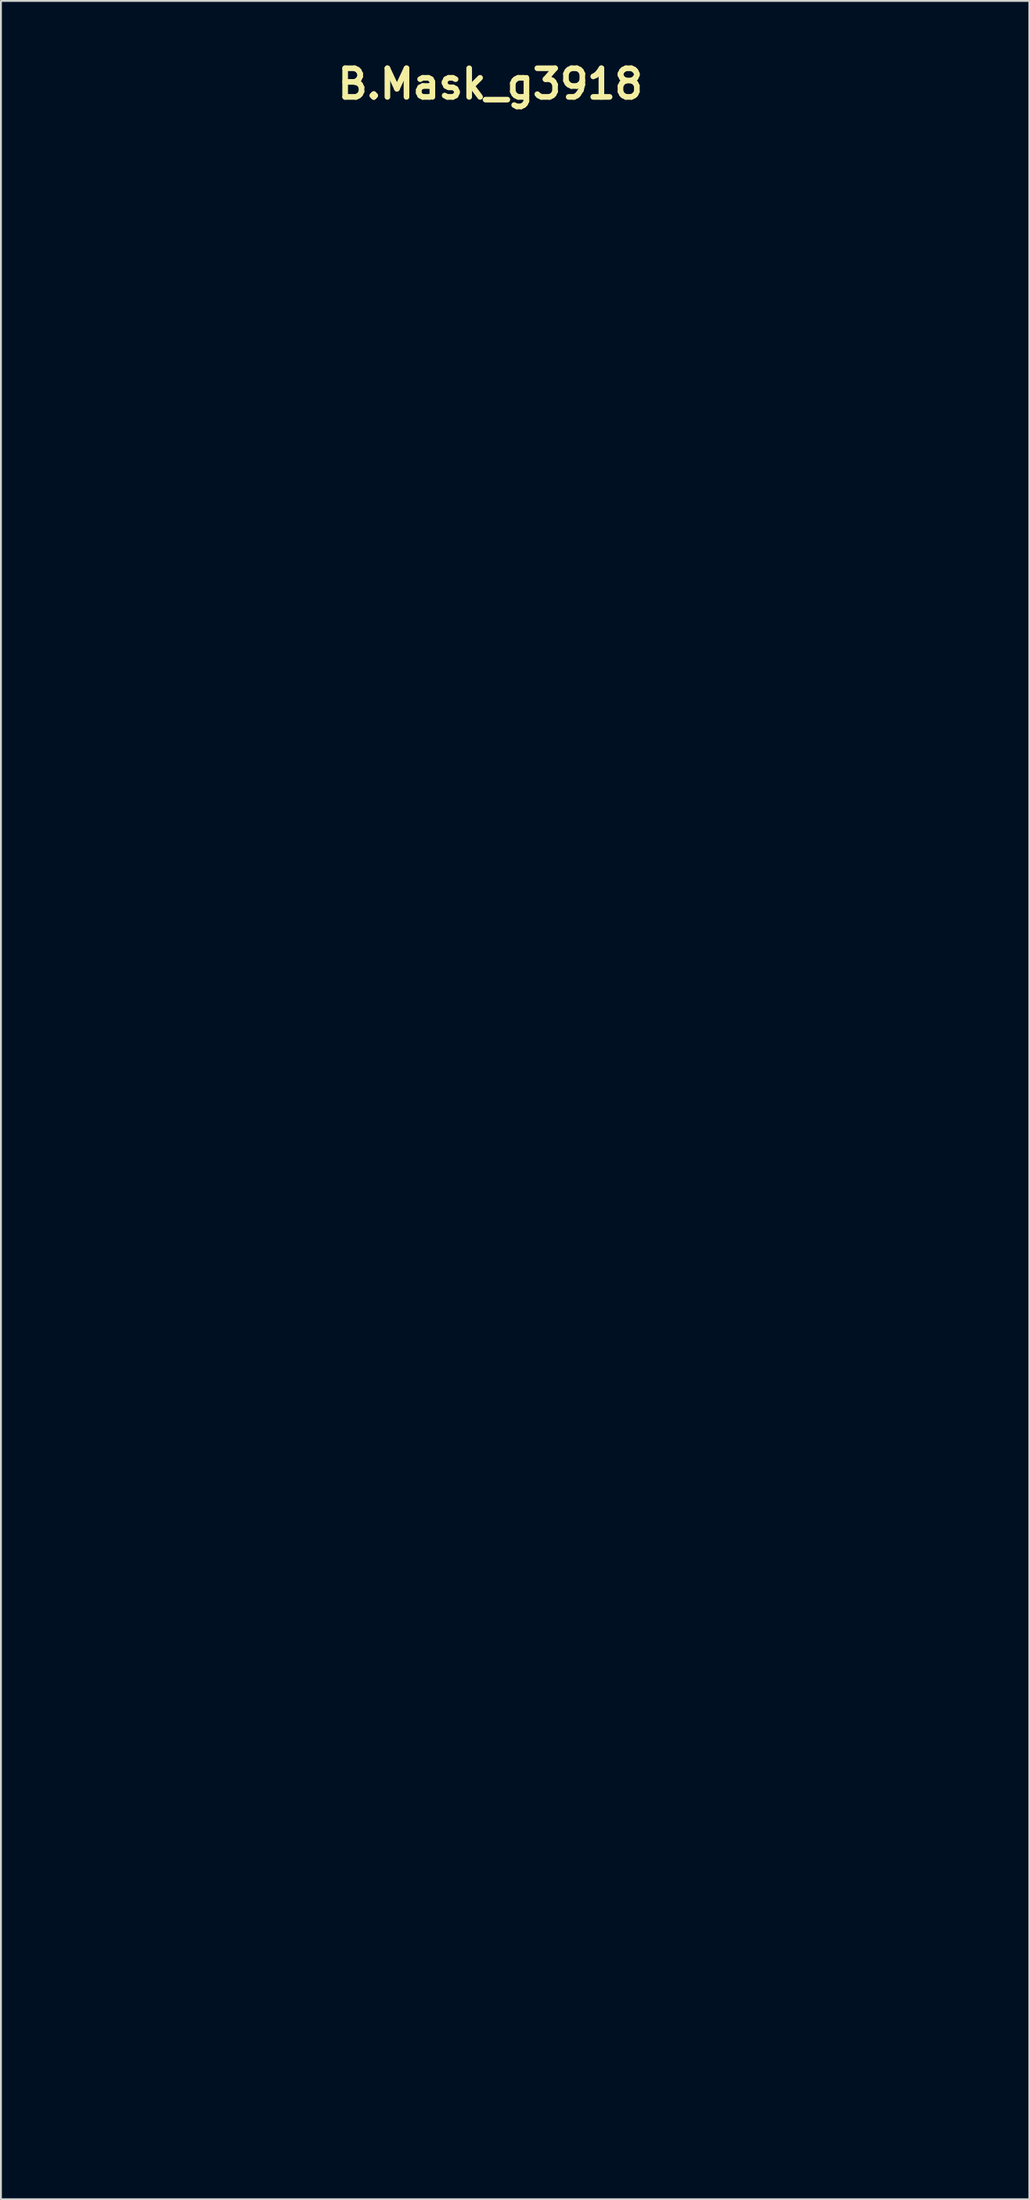
<source format=kicad_pcb>
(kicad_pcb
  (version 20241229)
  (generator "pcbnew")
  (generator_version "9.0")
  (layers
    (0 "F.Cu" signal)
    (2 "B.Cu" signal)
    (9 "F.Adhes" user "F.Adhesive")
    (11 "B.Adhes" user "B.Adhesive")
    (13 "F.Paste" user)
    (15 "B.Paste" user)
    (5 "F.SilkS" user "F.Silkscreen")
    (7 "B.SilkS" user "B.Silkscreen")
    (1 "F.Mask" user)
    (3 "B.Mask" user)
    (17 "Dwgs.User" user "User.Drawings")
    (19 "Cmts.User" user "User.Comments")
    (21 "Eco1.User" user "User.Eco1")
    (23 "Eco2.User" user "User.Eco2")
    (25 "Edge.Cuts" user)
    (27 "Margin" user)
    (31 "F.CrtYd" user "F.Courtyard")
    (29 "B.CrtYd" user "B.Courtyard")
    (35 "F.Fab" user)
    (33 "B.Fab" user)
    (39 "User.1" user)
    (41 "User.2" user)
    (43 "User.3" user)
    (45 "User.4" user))
  (footprint "B.Mask_g3918"
    (layer "F.Cu")
    (at 23.055 1.418)
    (property "Reference" "B.Mask_g3918" (at 0 0 0) (layer "F.SilkS") (effects (font (size 1.524 1.524) (thickness 0.3))))
    (attr through_hole)
    (fp_poly (pts (xy 18.23 91.558) (xy 18.284 91.57) (xy 18.364 91.59) (xy 18.462 91.615) (xy 18.489 91.622) (xy 18.944 91.747) (xy 19.41 91.884) (xy 19.881 92.029) (xy 20.348 92.181) (xy 20.803 92.336) (xy 21.241 92.494) (xy 21.653 92.65) (xy 22.031 92.802) (xy 22.079 92.822) (xy 22.6 93.051) (xy 23.083 93.283) (xy 23.528 93.517) (xy 23.933 93.753) (xy 24.298 93.991) (xy 24.624 94.23) (xy 24.909 94.47) (xy 25.153 94.711) (xy 25.356 94.952) (xy 25.517 95.193) (xy 25.577 95.304) (xy 25.638 95.438) (xy 25.675 95.557) (xy 25.692 95.674) (xy 25.692 95.807) (xy 25.691 95.827) (xy 25.681 95.921) (xy 25.663 96.013) (xy 25.641 96.093) (xy 25.618 96.152) (xy 25.595 96.18) (xy 25.59 96.181) (xy 25.578 96.162) (xy 25.56 96.113) (xy 25.54 96.043) (xy 25.539 96.038) (xy 25.45 95.77) (xy 25.321 95.511) (xy 25.153 95.262) (xy 24.947 95.025) (xy 24.705 94.8) (xy 24.428 94.588) (xy 24.117 94.392) (xy 23.773 94.212) (xy 23.399 94.049) (xy 23.283 94.005) (xy 22.882 93.869) (xy 22.448 93.745) (xy 21.988 93.637) (xy 21.51 93.543) (xy 21.023 93.467) (xy 20.533 93.408) (xy 20.048 93.368) (xy 19.575 93.349) (xy 19.14 93.351) (xy 18.733 93.362) (xy 18.714 93.285) (xy 18.702 93.238) (xy 18.683 93.158) (xy 18.658 93.056) (xy 18.63 92.941) (xy 18.615 92.879) (xy 18.529 92.551) (xy 18.428 92.209) (xy 18.318 91.877) (xy 18.28 91.769) (xy 18.25 91.683) (xy 18.226 91.612) (xy 18.212 91.567) (xy 18.209 91.554) (xy 18.23 91.558)) (stroke (width 0.01) (type solid)) (fill yes) (layer "B.Mask"))
    (fp_poly (pts (xy 16.532 78.725) (xy 16.714 78.755) (xy 16.874 78.813) (xy 17.017 78.902) (xy 17.146 79.023) (xy 17.266 79.181) (xy 17.378 79.377) (xy 17.388 79.396) (xy 17.494 79.631) (xy 17.58 79.879) (xy 17.649 80.145) (xy 17.701 80.434) (xy 17.736 80.75) (xy 17.757 81.097) (xy 17.762 81.449) (xy 17.751 81.925) (xy 17.719 82.42) (xy 17.664 82.937) (xy 17.588 83.478) (xy 17.49 84.045) (xy 17.369 84.64) (xy 17.225 85.263) (xy 17.058 85.918) (xy 16.868 86.606) (xy 16.857 86.644) (xy 16.812 86.797) (xy 16.762 86.965) (xy 16.709 87.142) (xy 16.653 87.323) (xy 16.598 87.503) (xy 16.544 87.675) (xy 16.493 87.835) (xy 16.447 87.977) (xy 16.408 88.096) (xy 16.377 88.186) (xy 16.357 88.242) (xy 16.354 88.247) (xy 16.345 88.266) (xy 16.334 88.275) (xy 16.318 88.271) (xy 16.293 88.249) (xy 16.254 88.207) (xy 16.197 88.142) (xy 16.12 88.048) (xy 16.076 87.995) (xy 15.991 87.895) (xy 15.884 87.773) (xy 15.76 87.638) (xy 15.627 87.496) (xy 15.492 87.355) (xy 15.372 87.232) (xy 14.922 86.778) (xy 15.025 86.638) (xy 15.273 86.283) (xy 15.518 85.895) (xy 15.758 85.483) (xy 15.989 85.051) (xy 16.209 84.608) (xy 16.415 84.159) (xy 16.602 83.711) (xy 16.769 83.271) (xy 16.912 82.846) (xy 17.027 82.441) (xy 17.048 82.359) (xy 17.142 81.917) (xy 17.204 81.492) (xy 17.234 81.086) (xy 17.231 80.7) (xy 17.197 80.337) (xy 17.13 79.998) (xy 17.032 79.684) (xy 16.931 79.454) (xy 16.775 79.178) (xy 16.602 78.94) (xy 16.522 78.85) (xy 16.394 78.712) (xy 16.532 78.725)) (stroke (width 0.01) (type solid)) (fill yes) (layer "B.Mask"))
    (fp_poly (pts (xy -22.216 98.339) (xy -22.204 98.399) (xy -22.188 98.485) (xy -22.171 98.591) (xy -22.163 98.647) (xy -22.142 98.79) (xy -22.118 98.949) (xy -22.095 99.104) (xy -22.074 99.236) (xy -22.073 99.243) (xy -22.029 99.522) (xy -21.743 99.386) (xy -21.643 99.339) (xy -21.556 99.3) (xy -21.491 99.272) (xy -21.454 99.259) (xy -21.449 99.258) (xy -21.455 99.278) (xy -21.477 99.333) (xy -21.512 99.416) (xy -21.559 99.523) (xy -21.615 99.65) (xy -21.679 99.791) (xy -21.703 99.846) (xy -21.966 100.425) (xy -21.916 101.028) (xy -21.903 101.186) (xy -21.892 101.333) (xy -21.882 101.461) (xy -21.874 101.566) (xy -21.869 101.642) (xy -21.867 101.682) (xy -21.867 101.685) (xy -21.871 101.701) (xy -21.884 101.701) (xy -21.912 101.682) (xy -21.957 101.64) (xy -22.024 101.571) (xy -22.085 101.506) (xy -22.304 101.275) (xy -22.357 101.369) (xy -22.384 101.418) (xy -22.426 101.497) (xy -22.479 101.597) (xy -22.538 101.71) (xy -22.594 101.817) (xy -22.652 101.928) (xy -22.703 102.025) (xy -22.745 102.101) (xy -22.774 102.152) (xy -22.787 102.171) (xy -22.787 102.171) (xy -22.796 102.154) (xy -22.797 102.142) (xy -22.794 102.114) (xy -22.786 102.049) (xy -22.774 101.954) (xy -22.758 101.833) (xy -22.739 101.692) (xy -22.718 101.537) (xy -22.712 101.491) (xy -22.69 101.331) (xy -22.671 101.183) (xy -22.654 101.052) (xy -22.641 100.944) (xy -22.632 100.865) (xy -22.627 100.82) (xy -22.627 100.815) (xy -22.64 100.775) (xy -22.676 100.705) (xy -22.735 100.608) (xy -22.813 100.487) (xy -22.839 100.449) (xy -22.907 100.347) (xy -22.966 100.258) (xy -23.012 100.187) (xy -23.041 100.139) (xy -23.05 100.122) (xy -23.033 100.107) (xy -22.985 100.074) (xy -22.913 100.027) (xy -22.823 99.97) (xy -22.748 99.923) (xy -22.447 99.739) (xy -22.342 99.018) (xy -22.318 98.85) (xy -22.294 98.697) (xy -22.273 98.563) (xy -22.254 98.453) (xy -22.239 98.372) (xy -22.229 98.324) (xy -22.224 98.314) (xy -22.216 98.339)) (stroke (width 0.01) (type solid)) (fill yes) (layer "B.Mask"))
    (fp_poly (pts (xy -21.023 103.785) (xy -20.995 103.831) (xy -20.954 103.906) (xy -20.9 104.005) (xy -20.838 104.125) (xy -20.768 104.262) (xy -20.735 104.326) (xy -20.445 104.904) (xy -20.109 104.729) (xy -20 104.673) (xy -19.905 104.626) (xy -19.829 104.591) (xy -19.779 104.569) (xy -19.761 104.565) (xy -19.764 104.587) (xy -19.776 104.645) (xy -19.798 104.733) (xy -19.827 104.846) (xy -19.862 104.978) (xy -19.902 105.124) (xy -19.905 105.134) (xy -20.06 105.693) (xy -19.788 106.285) (xy -19.721 106.432) (xy -19.66 106.566) (xy -19.609 106.683) (xy -19.567 106.778) (xy -19.539 106.846) (xy -19.525 106.882) (xy -19.525 106.886) (xy -19.544 106.878) (xy -19.594 106.85) (xy -19.668 106.806) (xy -19.762 106.748) (xy -19.87 106.681) (xy -19.9 106.662) (xy -20.01 106.592) (xy -20.108 106.531) (xy -20.187 106.483) (xy -20.244 106.45) (xy -20.271 106.435) (xy -20.273 106.435) (xy -20.281 106.456) (xy -20.301 106.512) (xy -20.33 106.597) (xy -20.367 106.705) (xy -20.41 106.832) (xy -20.445 106.936) (xy -20.491 107.071) (xy -20.533 107.189) (xy -20.569 107.285) (xy -20.598 107.355) (xy -20.616 107.394) (xy -20.623 107.4) (xy -20.628 107.371) (xy -20.638 107.306) (xy -20.651 107.21) (xy -20.667 107.088) (xy -20.685 106.946) (xy -20.705 106.789) (xy -20.713 106.722) (xy -20.792 106.077) (xy -21.171 105.804) (xy -21.28 105.725) (xy -21.376 105.653) (xy -21.453 105.593) (xy -21.508 105.548) (xy -21.535 105.523) (xy -21.536 105.518) (xy -21.514 105.504) (xy -21.462 105.473) (xy -21.385 105.429) (xy -21.29 105.376) (xy -21.213 105.333) (xy -21.097 105.268) (xy -21.015 105.22) (xy -20.959 105.183) (xy -20.926 105.156) (xy -20.91 105.134) (xy -20.907 105.113) (xy -20.907 105.111) (xy -20.91 105.077) (xy -20.918 105.008) (xy -20.928 104.908) (xy -20.941 104.782) (xy -20.956 104.638) (xy -20.972 104.48) (xy -20.977 104.43) (xy -20.993 104.27) (xy -21.007 104.124) (xy -21.019 103.996) (xy -21.028 103.892) (xy -21.033 103.818) (xy -21.034 103.778) (xy -21.034 103.774) (xy -21.023 103.785)) (stroke (width 0.01) (type solid)) (fill yes) (layer "B.Mask"))
    (fp_poly (pts (xy -11.277 106.464) (xy -11.23 106.497) (xy -11.16 106.551) (xy -11.071 106.622) (xy -10.967 106.706) (xy -10.866 106.789) (xy -10.753 106.882) (xy -10.65 106.966) (xy -10.562 107.036) (xy -10.494 107.089) (xy -10.45 107.122) (xy -10.434 107.131) (xy -10.413 107.118) (xy -10.363 107.084) (xy -10.288 107.034) (xy -10.193 106.969) (xy -10.085 106.894) (xy -10.022 106.85) (xy -9.908 106.772) (xy -9.806 106.703) (xy -9.722 106.646) (xy -9.659 106.605) (xy -9.624 106.583) (xy -9.618 106.58) (xy -9.621 106.601) (xy -9.634 106.658) (xy -9.655 106.744) (xy -9.683 106.855) (xy -9.717 106.985) (xy -9.748 107.107) (xy -9.884 107.628) (xy -9.689 107.816) (xy -9.588 107.913) (xy -9.474 108.023) (xy -9.363 108.13) (xy -9.298 108.193) (xy -9.225 108.264) (xy -9.166 108.324) (xy -9.127 108.368) (xy -9.112 108.39) (xy -9.112 108.391) (xy -9.135 108.392) (xy -9.194 108.39) (xy -9.283 108.385) (xy -9.395 108.377) (xy -9.524 108.367) (xy -9.575 108.363) (xy -9.711 108.352) (xy -9.833 108.343) (xy -9.935 108.338) (xy -10.01 108.335) (xy -10.052 108.335) (xy -10.058 108.336) (xy -10.072 108.359) (xy -10.097 108.417) (xy -10.13 108.504) (xy -10.169 108.615) (xy -10.212 108.745) (xy -10.233 108.81) (xy -10.276 108.943) (xy -10.315 109.063) (xy -10.348 109.163) (xy -10.374 109.239) (xy -10.39 109.282) (xy -10.395 109.291) (xy -10.408 109.283) (xy -10.428 109.243) (xy -10.444 109.196) (xy -10.46 109.141) (xy -10.487 109.053) (xy -10.522 108.942) (xy -10.562 108.815) (xy -10.604 108.681) (xy -10.611 108.659) (xy -10.744 108.236) (xy -11.246 108.173) (xy -11.386 108.155) (xy -11.51 108.137) (xy -11.613 108.122) (xy -11.69 108.109) (xy -11.734 108.1) (xy -11.742 108.096) (xy -11.725 108.079) (xy -11.678 108.041) (xy -11.607 107.985) (xy -11.518 107.916) (xy -11.414 107.837) (xy -11.367 107.801) (xy -11.258 107.719) (xy -11.162 107.646) (xy -11.082 107.585) (xy -11.024 107.541) (xy -10.992 107.517) (xy -10.988 107.514) (xy -10.992 107.493) (xy -11.007 107.437) (xy -11.032 107.351) (xy -11.065 107.241) (xy -11.104 107.113) (xy -11.143 106.986) (xy -11.187 106.845) (xy -11.225 106.718) (xy -11.257 106.61) (xy -11.28 106.526) (xy -11.293 106.472) (xy -11.296 106.454) (xy -11.277 106.464)) (stroke (width 0.01) (type solid)) (fill yes) (layer "B.Mask"))
    (fp_poly (pts (xy 17.987 99.748) (xy 17.999 99.772) (xy 18.023 99.832) (xy 18.058 99.921) (xy 18.101 100.036) (xy 18.15 100.171) (xy 18.205 100.321) (xy 18.236 100.409) (xy 18.292 100.565) (xy 18.344 100.706) (xy 18.39 100.83) (xy 18.428 100.93) (xy 18.457 101.003) (xy 18.475 101.043) (xy 18.48 101.05) (xy 18.501 101.037) (xy 18.549 101.003) (xy 18.621 100.951) (xy 18.709 100.885) (xy 18.81 100.809) (xy 18.816 100.804) (xy 18.917 100.729) (xy 19.006 100.664) (xy 19.078 100.613) (xy 19.128 100.581) (xy 19.15 100.571) (xy 19.15 100.572) (xy 19.149 100.594) (xy 19.139 100.654) (xy 19.121 100.745) (xy 19.096 100.862) (xy 19.066 101.002) (xy 19.031 101.159) (xy 18.999 101.299) (xy 18.834 102.013) (xy 19.069 102.683) (xy 19.125 102.843) (xy 19.176 102.991) (xy 19.221 103.122) (xy 19.258 103.231) (xy 19.285 103.313) (xy 19.301 103.363) (xy 19.304 103.376) (xy 19.286 103.375) (xy 19.236 103.356) (xy 19.161 103.323) (xy 19.065 103.279) (xy 18.956 103.225) (xy 18.845 103.171) (xy 18.748 103.124) (xy 18.671 103.089) (xy 18.619 103.067) (xy 18.599 103.061) (xy 18.593 103.083) (xy 18.576 103.142) (xy 18.553 103.231) (xy 18.522 103.348) (xy 18.486 103.486) (xy 18.446 103.64) (xy 18.416 103.759) (xy 18.362 103.971) (xy 18.317 104.144) (xy 18.28 104.281) (xy 18.251 104.382) (xy 18.23 104.452) (xy 18.216 104.491) (xy 18.207 104.502) (xy 18.204 104.488) (xy 18.202 104.447) (xy 18.198 104.37) (xy 18.192 104.263) (xy 18.185 104.133) (xy 18.176 103.984) (xy 18.167 103.824) (xy 18.157 103.658) (xy 18.147 103.492) (xy 18.137 103.333) (xy 18.128 103.187) (xy 18.12 103.059) (xy 18.114 102.956) (xy 18.109 102.884) (xy 18.107 102.855) (xy 18.094 102.703) (xy 17.715 102.456) (xy 17.603 102.383) (xy 17.504 102.316) (xy 17.423 102.26) (xy 17.366 102.219) (xy 17.338 102.196) (xy 17.335 102.192) (xy 17.35 102.173) (xy 17.391 102.13) (xy 17.454 102.065) (xy 17.534 101.985) (xy 17.628 101.893) (xy 17.677 101.846) (xy 18.018 101.517) (xy 18.004 100.929) (xy 18 100.755) (xy 17.996 100.576) (xy 17.991 100.403) (xy 17.986 100.245) (xy 17.982 100.112) (xy 17.979 100.034) (xy 17.975 99.904) (xy 17.975 99.812) (xy 17.979 99.76) (xy 17.987 99.748) (xy 17.987 99.748)) (stroke (width 0.01) (type solid)) (fill yes) (layer "B.Mask"))
    (fp_poly (pts (xy -14.021 104.707) (xy -14.018 104.754) (xy -14.017 104.836) (xy -14.018 104.952) (xy -14.022 105.105) (xy -14.028 105.296) (xy -14.036 105.527) (xy -14.047 105.791) (xy -14.059 106.099) (xy -13.512 106.357) (xy -13.371 106.424) (xy -13.244 106.485) (xy -13.134 106.539) (xy -13.047 106.583) (xy -12.987 106.614) (xy -12.961 106.63) (xy -12.96 106.632) (xy -12.977 106.644) (xy -13.029 106.67) (xy -13.11 106.707) (xy -13.216 106.754) (xy -13.341 106.808) (xy -13.482 106.867) (xy -13.51 106.879) (xy -13.654 106.939) (xy -13.785 106.994) (xy -13.898 107.042) (xy -13.988 107.081) (xy -14.05 107.108) (xy -14.079 107.122) (xy -14.08 107.123) (xy -14.085 107.146) (xy -14.093 107.207) (xy -14.102 107.3) (xy -14.113 107.42) (xy -14.125 107.563) (xy -14.138 107.723) (xy -14.147 107.851) (xy -14.16 108.021) (xy -14.172 108.177) (xy -14.183 108.314) (xy -14.193 108.428) (xy -14.201 108.512) (xy -14.207 108.564) (xy -14.209 108.577) (xy -14.222 108.564) (xy -14.251 108.52) (xy -14.29 108.452) (xy -14.335 108.369) (xy -14.383 108.278) (xy -14.446 108.16) (xy -14.516 108.027) (xy -14.589 107.889) (xy -14.647 107.778) (xy -14.843 107.405) (xy -15.401 107.591) (xy -15.546 107.639) (xy -15.677 107.682) (xy -15.789 107.718) (xy -15.877 107.745) (xy -15.935 107.763) (xy -15.959 107.769) (xy -15.96 107.768) (xy -15.949 107.749) (xy -15.92 107.697) (xy -15.875 107.617) (xy -15.816 107.514) (xy -15.746 107.392) (xy -15.667 107.255) (xy -15.621 107.175) (xy -15.538 107.032) (xy -15.463 106.901) (xy -15.398 106.785) (xy -15.344 106.689) (xy -15.306 106.619) (xy -15.285 106.578) (xy -15.282 106.57) (xy -15.292 106.546) (xy -15.318 106.49) (xy -15.36 106.405) (xy -15.414 106.297) (xy -15.479 106.171) (xy -15.551 106.03) (xy -15.59 105.955) (xy -15.665 105.81) (xy -15.733 105.677) (xy -15.791 105.561) (xy -15.838 105.466) (xy -15.871 105.398) (xy -15.888 105.36) (xy -15.889 105.354) (xy -15.868 105.359) (xy -15.813 105.378) (xy -15.729 105.409) (xy -15.621 105.45) (xy -15.494 105.499) (xy -15.353 105.554) (xy -15.344 105.558) (xy -15.202 105.614) (xy -15.072 105.663) (xy -14.961 105.705) (xy -14.872 105.736) (xy -14.811 105.756) (xy -14.785 105.762) (xy -14.784 105.762) (xy -14.767 105.743) (xy -14.73 105.693) (xy -14.675 105.617) (xy -14.606 105.518) (xy -14.525 105.402) (xy -14.437 105.273) (xy -14.403 105.223) (xy -14.313 105.09) (xy -14.229 104.969) (xy -14.157 104.865) (xy -14.097 104.782) (xy -14.053 104.723) (xy -14.029 104.694) (xy -14.026 104.691) (xy -14.021 104.707)) (stroke (width 0.01) (type solid)) (fill yes) (layer "B.Mask"))
    (fp_poly (pts (xy 1.363 105.479) (xy 1.351 105.537) (xy 1.331 105.627) (xy 1.303 105.745) (xy 1.27 105.885) (xy 1.232 106.043) (xy 1.19 106.215) (xy 1.187 106.226) (xy 1.145 106.399) (xy 1.106 106.558) (xy 1.074 106.7) (xy 1.047 106.819) (xy 1.027 106.912) (xy 1.016 106.973) (xy 1.014 106.997) (xy 1.014 106.997) (xy 1.045 107.021) (xy 1.101 107.067) (xy 1.178 107.132) (xy 1.271 107.212) (xy 1.376 107.302) (xy 1.489 107.398) (xy 1.604 107.498) (xy 1.718 107.597) (xy 1.826 107.691) (xy 1.923 107.777) (xy 2.005 107.849) (xy 2.067 107.906) (xy 2.106 107.942) (xy 2.117 107.953) (xy 2.098 107.966) (xy 2.058 107.971) (xy 2.023 107.972) (xy 1.951 107.974) (xy 1.849 107.978) (xy 1.721 107.982) (xy 1.575 107.988) (xy 1.415 107.994) (xy 1.368 107.996) (xy 0.735 108.022) (xy 0.709 108.086) (xy 0.698 108.122) (xy 0.675 108.192) (xy 0.645 108.293) (xy 0.607 108.419) (xy 0.563 108.565) (xy 0.515 108.726) (xy 0.474 108.865) (xy 0.425 109.031) (xy 0.38 109.183) (xy 0.339 109.317) (xy 0.305 109.428) (xy 0.278 109.512) (xy 0.261 109.564) (xy 0.254 109.579) (xy 0.244 109.56) (xy 0.224 109.508) (xy 0.198 109.431) (xy 0.168 109.337) (xy 0.166 109.331) (xy 0.136 109.237) (xy 0.097 109.113) (xy 0.051 108.968) (xy 0.001 108.812) (xy -0.05 108.653) (xy -0.074 108.579) (xy -0.235 108.075) (xy -0.922 108.081) (xy -1.088 108.083) (xy -1.239 108.083) (xy -1.371 108.082) (xy -1.479 108.081) (xy -1.557 108.079) (xy -1.601 108.076) (xy -1.609 108.074) (xy -1.594 108.058) (xy -1.552 108.017) (xy -1.488 107.956) (xy -1.406 107.878) (xy -1.311 107.788) (xy -1.206 107.689) (xy -1.096 107.587) (xy -0.985 107.484) (xy -0.879 107.384) (xy -0.78 107.293) (xy -0.694 107.214) (xy -0.625 107.151) (xy -0.577 107.109) (xy -0.558 107.093) (xy -0.553 107.079) (xy -0.555 107.047) (xy -0.565 106.995) (xy -0.582 106.919) (xy -0.609 106.815) (xy -0.646 106.68) (xy -0.694 106.512) (xy -0.751 106.31) (xy -0.801 106.139) (xy -0.846 105.98) (xy -0.886 105.839) (xy -0.918 105.72) (xy -0.943 105.628) (xy -0.959 105.567) (xy -0.964 105.542) (xy -0.964 105.541) (xy -0.946 105.552) (xy -0.898 105.585) (xy -0.824 105.638) (xy -0.728 105.708) (xy -0.614 105.792) (xy -0.486 105.887) (xy -0.373 105.972) (xy 0.211 106.41) (xy 0.784 105.929) (xy 0.917 105.818) (xy 1.04 105.716) (xy 1.148 105.627) (xy 1.239 105.554) (xy 1.308 105.499) (xy 1.352 105.466) (xy 1.366 105.457) (xy 1.363 105.479)) (stroke (width 0.01) (type solid)) (fill yes) (layer "B.Mask"))
    (fp_poly (pts (xy 14.559 103.512) (xy 14.57 103.57) (xy 14.587 103.661) (xy 14.607 103.779) (xy 14.631 103.92) (xy 14.657 104.077) (xy 14.677 104.202) (xy 14.705 104.369) (xy 14.73 104.522) (xy 14.753 104.656) (xy 14.772 104.767) (xy 14.787 104.85) (xy 14.796 104.899) (xy 14.799 104.911) (xy 14.82 104.919) (xy 14.876 104.939) (xy 14.96 104.968) (xy 15.067 105.005) (xy 15.192 105.048) (xy 15.271 105.076) (xy 15.403 105.122) (xy 15.521 105.164) (xy 15.619 105.201) (xy 15.692 105.229) (xy 15.733 105.248) (xy 15.741 105.254) (xy 15.726 105.271) (xy 15.682 105.31) (xy 15.613 105.367) (xy 15.524 105.438) (xy 15.42 105.52) (xy 15.345 105.577) (xy 15.232 105.664) (xy 15.132 105.742) (xy 15.049 105.808) (xy 14.987 105.858) (xy 14.951 105.89) (xy 14.944 105.898) (xy 14.947 105.923) (xy 14.956 105.984) (xy 14.97 106.074) (xy 14.988 106.188) (xy 15.009 106.319) (xy 15.032 106.461) (xy 15.056 106.608) (xy 15.08 106.755) (xy 15.103 106.894) (xy 15.124 107.02) (xy 15.142 107.126) (xy 15.155 107.207) (xy 15.164 107.257) (xy 15.166 107.267) (xy 15.169 107.304) (xy 15.161 107.314) (xy 15.145 107.297) (xy 15.106 107.251) (xy 15.048 107.18) (xy 14.975 107.087) (xy 14.889 106.978) (xy 14.795 106.855) (xy 14.765 106.816) (xy 14.669 106.691) (xy 14.582 106.577) (xy 14.506 106.479) (xy 14.446 106.401) (xy 14.403 106.347) (xy 14.382 106.322) (xy 14.381 106.32) (xy 14.363 106.332) (xy 14.316 106.365) (xy 14.244 106.416) (xy 14.152 106.481) (xy 14.045 106.558) (xy 13.977 106.606) (xy 13.864 106.687) (xy 13.763 106.756) (xy 13.679 106.813) (xy 13.616 106.852) (xy 13.579 106.872) (xy 13.572 106.873) (xy 13.575 106.848) (xy 13.588 106.787) (xy 13.609 106.696) (xy 13.637 106.579) (xy 13.67 106.441) (xy 13.708 106.288) (xy 13.727 106.209) (xy 13.889 105.566) (xy 13.526 105.017) (xy 13.437 104.882) (xy 13.357 104.759) (xy 13.29 104.651) (xy 13.236 104.564) (xy 13.2 104.501) (xy 13.184 104.467) (xy 13.184 104.462) (xy 13.21 104.465) (xy 13.27 104.479) (xy 13.359 104.501) (xy 13.47 104.531) (xy 13.598 104.566) (xy 13.664 104.584) (xy 13.796 104.621) (xy 13.914 104.654) (xy 14.011 104.68) (xy 14.083 104.698) (xy 14.122 104.707) (xy 14.128 104.707) (xy 14.136 104.686) (xy 14.155 104.631) (xy 14.183 104.549) (xy 14.218 104.446) (xy 14.256 104.331) (xy 14.322 104.132) (xy 14.382 103.954) (xy 14.435 103.801) (xy 14.479 103.674) (xy 14.515 103.579) (xy 14.54 103.516) (xy 14.553 103.49) (xy 14.554 103.49) (xy 14.559 103.512)) (stroke (width 0.01) (type solid)) (fill yes) (layer "B.Mask"))
    (fp_poly (pts (xy 12.762 99.171) (xy 12.798 99.211) (xy 12.853 99.275) (xy 12.923 99.36) (xy 13.004 99.46) (xy 13.059 99.529) (xy 13.146 99.64) (xy 13.223 99.739) (xy 13.288 99.822) (xy 13.337 99.883) (xy 13.366 99.92) (xy 13.372 99.927) (xy 13.392 99.921) (xy 13.445 99.898) (xy 13.524 99.861) (xy 13.625 99.813) (xy 13.743 99.755) (xy 13.815 99.72) (xy 13.939 99.658) (xy 14.05 99.604) (xy 14.143 99.56) (xy 14.212 99.529) (xy 14.252 99.513) (xy 14.259 99.512) (xy 14.253 99.533) (xy 14.232 99.587) (xy 14.196 99.668) (xy 14.15 99.773) (xy 14.094 99.894) (xy 14.044 100.002) (xy 13.983 100.135) (xy 13.929 100.256) (xy 13.885 100.36) (xy 13.852 100.441) (xy 13.833 100.494) (xy 13.83 100.512) (xy 13.846 100.537) (xy 13.883 100.59) (xy 13.938 100.666) (xy 14.008 100.76) (xy 14.088 100.868) (xy 14.13 100.924) (xy 14.212 101.034) (xy 14.284 101.133) (xy 14.343 101.215) (xy 14.385 101.276) (xy 14.407 101.31) (xy 14.409 101.317) (xy 14.387 101.315) (xy 14.331 101.308) (xy 14.247 101.295) (xy 14.145 101.279) (xy 14.03 101.26) (xy 13.91 101.24) (xy 13.793 101.22) (xy 13.686 101.201) (xy 13.597 101.185) (xy 13.532 101.172) (xy 13.503 101.165) (xy 13.488 101.171) (xy 13.465 101.199) (xy 13.432 101.253) (xy 13.388 101.334) (xy 13.33 101.448) (xy 13.258 101.596) (xy 13.24 101.633) (xy 13.176 101.764) (xy 13.118 101.882) (xy 13.068 101.982) (xy 13.029 102.059) (xy 13.003 102.106) (xy 12.994 102.12) (xy 12.98 102.109) (xy 12.967 102.068) (xy 12.966 102.061) (xy 12.961 102.02) (xy 12.952 101.944) (xy 12.941 101.84) (xy 12.929 101.716) (xy 12.916 101.579) (xy 12.911 101.527) (xy 12.898 101.392) (xy 12.886 101.271) (xy 12.876 101.172) (xy 12.868 101.1) (xy 12.863 101.061) (xy 12.862 101.056) (xy 12.841 101.05) (xy 12.784 101.036) (xy 12.698 101.016) (xy 12.59 100.991) (xy 12.465 100.963) (xy 12.424 100.954) (xy 12.292 100.924) (xy 12.174 100.897) (xy 12.076 100.874) (xy 12.003 100.857) (xy 11.964 100.847) (xy 11.96 100.846) (xy 11.968 100.833) (xy 12.009 100.801) (xy 12.079 100.753) (xy 12.175 100.692) (xy 12.293 100.62) (xy 12.368 100.575) (xy 12.49 100.502) (xy 12.601 100.436) (xy 12.693 100.381) (xy 12.763 100.339) (xy 12.806 100.313) (xy 12.816 100.306) (xy 12.817 100.283) (xy 12.814 100.224) (xy 12.81 100.134) (xy 12.802 100.018) (xy 12.793 99.883) (xy 12.783 99.739) (xy 12.772 99.589) (xy 12.762 99.453) (xy 12.755 99.336) (xy 12.75 99.245) (xy 12.747 99.185) (xy 12.747 99.161) (xy 12.762 99.171)) (stroke (width 0.01) (type solid)) (fill yes) (layer "B.Mask"))
    (fp_poly (pts (xy 4.745 105.237) (xy 4.782 105.279) (xy 4.837 105.345) (xy 4.906 105.43) (xy 4.985 105.529) (xy 5.01 105.56) (xy 5.094 105.667) (xy 5.172 105.766) (xy 5.24 105.851) (xy 5.291 105.915) (xy 5.322 105.953) (xy 5.325 105.957) (xy 5.369 106.009) (xy 5.8 105.784) (xy 5.923 105.72) (xy 6.033 105.664) (xy 6.125 105.618) (xy 6.193 105.586) (xy 6.232 105.569) (xy 6.24 105.568) (xy 6.234 105.589) (xy 6.213 105.643) (xy 6.179 105.725) (xy 6.134 105.828) (xy 6.08 105.947) (xy 6.048 106.018) (xy 5.988 106.147) (xy 5.934 106.267) (xy 5.886 106.37) (xy 5.85 106.45) (xy 5.826 106.501) (xy 5.821 106.513) (xy 5.814 106.532) (xy 5.814 106.553) (xy 5.822 106.581) (xy 5.843 106.62) (xy 5.878 106.674) (xy 5.93 106.749) (xy 6.003 106.848) (xy 6.096 106.975) (xy 6.18 107.088) (xy 6.254 107.191) (xy 6.315 107.277) (xy 6.36 107.341) (xy 6.385 107.38) (xy 6.389 107.389) (xy 6.366 107.388) (xy 6.308 107.38) (xy 6.221 107.367) (xy 6.109 107.348) (xy 5.981 107.326) (xy 5.915 107.314) (xy 5.781 107.291) (xy 5.661 107.271) (xy 5.562 107.257) (xy 5.49 107.248) (xy 5.45 107.246) (xy 5.445 107.247) (xy 5.431 107.278) (xy 5.403 107.339) (xy 5.362 107.423) (xy 5.313 107.523) (xy 5.257 107.635) (xy 5.199 107.752) (xy 5.141 107.867) (xy 5.086 107.974) (xy 5.038 108.068) (xy 5 108.141) (xy 4.974 108.189) (xy 4.965 108.204) (xy 4.953 108.188) (xy 4.953 108.188) (xy 4.95 108.148) (xy 4.944 108.076) (xy 4.935 107.979) (xy 4.924 107.864) (xy 4.911 107.738) (xy 4.897 107.606) (xy 4.883 107.478) (xy 4.87 107.358) (xy 4.858 107.255) (xy 4.849 107.174) (xy 4.842 107.123) (xy 4.839 107.109) (xy 4.815 107.102) (xy 4.757 107.087) (xy 4.67 107.068) (xy 4.561 107.045) (xy 4.437 107.02) (xy 4.419 107.016) (xy 4.26 106.984) (xy 4.137 106.96) (xy 4.047 106.941) (xy 3.985 106.927) (xy 3.946 106.917) (xy 3.927 106.909) (xy 3.922 106.902) (xy 3.926 106.894) (xy 3.937 106.885) (xy 3.939 106.883) (xy 3.965 106.864) (xy 4.022 106.827) (xy 4.103 106.775) (xy 4.204 106.712) (xy 4.319 106.641) (xy 4.376 106.606) (xy 4.514 106.52) (xy 4.619 106.453) (xy 4.695 106.402) (xy 4.745 106.363) (xy 4.773 106.335) (xy 4.783 106.315) (xy 4.783 106.311) (xy 4.782 106.279) (xy 4.779 106.21) (xy 4.773 106.112) (xy 4.766 105.99) (xy 4.758 105.852) (xy 4.752 105.75) (xy 4.744 105.606) (xy 4.737 105.477) (xy 4.733 105.369) (xy 4.73 105.287) (xy 4.729 105.237) (xy 4.73 105.224) (xy 4.745 105.237)) (stroke (width 0.01) (type solid)) (fill yes) (layer "B.Mask"))
    (fp_poly (pts (xy -6.82 103.113) (xy -6.808 103.125) (xy -6.79 103.149) (xy -6.753 103.205) (xy -6.699 103.289) (xy -6.629 103.397) (xy -6.548 103.524) (xy -6.458 103.666) (xy -6.36 103.82) (xy -6.339 103.854) (xy -6.241 104.009) (xy -6.15 104.153) (xy -6.068 104.282) (xy -5.998 104.392) (xy -5.943 104.479) (xy -5.904 104.539) (xy -5.885 104.568) (xy -5.884 104.57) (xy -5.861 104.568) (xy -5.801 104.556) (xy -5.71 104.533) (xy -5.592 104.502) (xy -5.451 104.464) (xy -5.291 104.419) (xy -5.117 104.369) (xy -5.059 104.352) (xy -4.881 104.301) (xy -4.716 104.254) (xy -4.568 104.212) (xy -4.442 104.177) (xy -4.341 104.149) (xy -4.271 104.131) (xy -4.235 104.123) (xy -4.232 104.123) (xy -4.24 104.141) (xy -4.271 104.189) (xy -4.322 104.265) (xy -4.391 104.364) (xy -4.475 104.483) (xy -4.572 104.619) (xy -4.68 104.768) (xy -4.754 104.87) (xy -4.868 105.027) (xy -4.975 105.173) (xy -5.071 105.306) (xy -5.154 105.421) (xy -5.221 105.515) (xy -5.271 105.585) (xy -5.299 105.626) (xy -5.305 105.636) (xy -5.298 105.659) (xy -5.271 105.715) (xy -5.229 105.8) (xy -5.171 105.91) (xy -5.101 106.041) (xy -5.021 106.189) (xy -4.933 106.35) (xy -4.89 106.427) (xy -4.799 106.592) (xy -4.715 106.744) (xy -4.64 106.882) (xy -4.576 106.999) (xy -4.526 107.094) (xy -4.491 107.161) (xy -4.474 107.196) (xy -4.473 107.201) (xy -4.494 107.196) (xy -4.55 107.179) (xy -4.638 107.15) (xy -4.753 107.112) (xy -4.891 107.065) (xy -5.047 107.011) (xy -5.217 106.952) (xy -5.266 106.934) (xy -5.44 106.874) (xy -5.601 106.818) (xy -5.746 106.768) (xy -5.869 106.725) (xy -5.967 106.692) (xy -6.035 106.67) (xy -6.069 106.659) (xy -6.072 106.659) (xy -6.088 106.675) (xy -6.128 106.722) (xy -6.187 106.795) (xy -6.264 106.892) (xy -6.356 107.01) (xy -6.46 107.143) (xy -6.574 107.291) (xy -6.657 107.4) (xy -6.775 107.554) (xy -6.886 107.698) (xy -6.986 107.827) (xy -7.073 107.938) (xy -7.144 108.029) (xy -7.197 108.094) (xy -7.228 108.132) (xy -7.236 108.141) (xy -7.238 108.12) (xy -7.238 108.062) (xy -7.237 107.969) (xy -7.233 107.847) (xy -7.229 107.7) (xy -7.223 107.532) (xy -7.215 107.347) (xy -7.209 107.197) (xy -7.199 106.958) (xy -7.191 106.759) (xy -7.186 106.597) (xy -7.183 106.468) (xy -7.182 106.371) (xy -7.183 106.302) (xy -7.186 106.259) (xy -7.191 106.239) (xy -7.193 106.238) (xy -7.218 106.226) (xy -7.277 106.201) (xy -7.366 106.162) (xy -7.481 106.113) (xy -7.618 106.055) (xy -7.772 105.991) (xy -7.938 105.921) (xy -7.97 105.907) (xy -8.173 105.822) (xy -8.345 105.748) (xy -8.484 105.686) (xy -8.59 105.637) (xy -8.659 105.602) (xy -8.692 105.581) (xy -8.694 105.576) (xy -8.668 105.566) (xy -8.606 105.543) (xy -8.514 105.51) (xy -8.395 105.468) (xy -8.253 105.418) (xy -8.094 105.362) (xy -7.921 105.301) (xy -7.862 105.281) (xy -7.687 105.219) (xy -7.524 105.163) (xy -7.379 105.111) (xy -7.254 105.067) (xy -7.156 105.032) (xy -7.087 105.008) (xy -7.053 104.995) (xy -7.05 104.993) (xy -7.046 104.971) (xy -7.037 104.913) (xy -7.026 104.823) (xy -7.012 104.706) (xy -6.995 104.568) (xy -6.977 104.414) (xy -6.958 104.25) (xy -6.938 104.079) (xy -6.919 103.909) (xy -6.9 103.743) (xy -6.883 103.587) (xy -6.868 103.447) (xy -6.855 103.327) (xy -6.845 103.233) (xy -6.84 103.17) (xy -6.838 103.146) (xy -6.834 103.111) (xy -6.82 103.113)) (stroke (width 0.01) (type solid)) (fill yes) (layer "B.Mask"))
    (fp_poly (pts (xy 8.75 84.573) (xy 8.97 84.582) (xy 9.168 84.596) (xy 9.303 84.61) (xy 9.787 84.685) (xy 10.251 84.782) (xy 10.703 84.904) (xy 11.152 85.055) (xy 11.605 85.235) (xy 12.072 85.448) (xy 12.139 85.481) (xy 12.688 85.77) (xy 13.212 86.085) (xy 13.714 86.429) (xy 14.2 86.806) (xy 14.675 87.219) (xy 14.962 87.492) (xy 15.448 87.994) (xy 15.902 88.519) (xy 16.323 89.065) (xy 16.71 89.629) (xy 17.063 90.209) (xy 17.379 90.804) (xy 17.658 91.411) (xy 17.899 92.03) (xy 18.1 92.656) (xy 18.262 93.29) (xy 18.361 93.8) (xy 18.43 94.299) (xy 18.47 94.808) (xy 18.483 95.318) (xy 18.468 95.821) (xy 18.424 96.307) (xy 18.361 96.728) (xy 18.338 96.847) (xy 18.31 96.975) (xy 18.28 97.107) (xy 18.25 97.233) (xy 18.221 97.347) (xy 18.195 97.44) (xy 18.175 97.505) (xy 18.163 97.533) (xy 18.143 97.537) (xy 18.096 97.525) (xy 18.018 97.494) (xy 17.908 97.444) (xy 17.884 97.433) (xy 17.459 97.249) (xy 17.005 97.086) (xy 16.533 96.948) (xy 16.054 96.837) (xy 15.577 96.756) (xy 15.462 96.741) (xy 15.274 96.723) (xy 15.06 96.711) (xy 14.833 96.705) (xy 14.602 96.705) (xy 14.38 96.711) (xy 14.178 96.723) (xy 14.012 96.74) (xy 13.553 96.82) (xy 13.12 96.932) (xy 12.71 97.077) (xy 12.321 97.256) (xy 12.185 97.33) (xy 11.998 97.435) (xy 11.899 97.365) (xy 11.576 97.117) (xy 11.291 96.851) (xy 11.043 96.568) (xy 10.832 96.264) (xy 10.655 95.94) (xy 10.512 95.593) (xy 10.466 95.454) (xy 10.386 95.192) (xy 10.246 95.203) (xy 10.175 95.209) (xy 10.123 95.214) (xy 10.102 95.218) (xy 10.104 95.239) (xy 10.115 95.292) (xy 10.134 95.367) (xy 10.147 95.421) (xy 10.193 95.569) (xy 10.259 95.738) (xy 10.339 95.917) (xy 10.428 96.092) (xy 10.521 96.252) (xy 10.547 96.294) (xy 10.722 96.534) (xy 10.929 96.772) (xy 11.16 97) (xy 11.406 97.207) (xy 11.544 97.309) (xy 11.648 97.382) (xy 11.723 97.434) (xy 11.769 97.473) (xy 11.79 97.506) (xy 11.789 97.537) (xy 11.767 97.575) (xy 11.729 97.625) (xy 11.69 97.675) (xy 11.526 97.91) (xy 11.36 98.185) (xy 11.194 98.499) (xy 11.027 98.85) (xy 10.861 99.236) (xy 10.697 99.656) (xy 10.535 100.107) (xy 10.377 100.588) (xy 10.239 101.038) (xy 10.214 101.116) (xy 10.191 101.176) (xy 10.173 101.208) (xy 10.169 101.211) (xy 10.143 101.207) (xy 10.085 101.19) (xy 10.003 101.163) (xy 9.907 101.13) (xy 9.89 101.124) (xy 9.319 100.899) (xy 8.754 100.633) (xy 8.197 100.328) (xy 7.651 99.986) (xy 7.12 99.608) (xy 6.606 99.196) (xy 6.501 99.106) (xy 6.373 98.991) (xy 6.226 98.852) (xy 6.066 98.697) (xy 5.899 98.531) (xy 5.733 98.362) (xy 5.573 98.195) (xy 5.427 98.039) (xy 5.301 97.899) (xy 5.226 97.811) (xy 4.806 97.28) (xy 4.419 96.735) (xy 4.066 96.178) (xy 3.748 95.61) (xy 3.464 95.034) (xy 3.398 94.879) (xy 5.975 94.879) (xy 5.975 94.972) (xy 5.976 94.985) (xy 6.003 95.227) (xy 6.057 95.44) (xy 6.141 95.63) (xy 6.257 95.804) (xy 6.369 95.929) (xy 6.506 96.053) (xy 6.64 96.148) (xy 6.787 96.223) (xy 6.921 96.274) (xy 7.08 96.327) (xy 7.118 96.523) (xy 7.186 96.778) (xy 7.284 97.003) (xy 7.412 97.199) (xy 7.569 97.364) (xy 7.755 97.498) (xy 7.969 97.601) (xy 8.212 97.673) (xy 8.483 97.714) (xy 8.673 97.724) (xy 8.76 97.724) (xy 8.812 97.721) (xy 8.838 97.712) (xy 8.847 97.696) (xy 8.847 97.689) (xy 8.845 97.648) (xy 8.839 97.582) (xy 8.834 97.541) (xy 8.821 97.43) (xy 8.605 97.43) (xy 8.369 97.413) (xy 8.15 97.364) (xy 7.952 97.285) (xy 7.778 97.177) (xy 7.632 97.042) (xy 7.518 96.883) (xy 7.508 96.865) (xy 7.468 96.776) (xy 7.43 96.666) (xy 7.398 96.549) (xy 7.375 96.44) (xy 7.366 96.355) (xy 7.366 96.353) (xy 7.366 96.333) (xy 7.368 96.316) (xy 7.374 96.299) (xy 7.387 96.278) (xy 7.411 96.251) (xy 7.448 96.215) (xy 7.502 96.168) (xy 7.574 96.105) (xy 7.67 96.026) (xy 7.79 95.926) (xy 7.939 95.803) (xy 8.016 95.739) (xy 8.129 95.646) (xy 8.176 95.689) (xy 8.282 95.763) (xy 8.415 95.823) (xy 8.563 95.863) (xy 8.712 95.88) (xy 8.797 95.878) (xy 8.945 95.848) (xy 9.067 95.79) (xy 9.161 95.71) (xy 9.225 95.611) (xy 9.254 95.497) (xy 9.246 95.373) (xy 9.207 95.259) (xy 9.154 95.177) (xy 9.081 95.111) (xy 8.982 95.057) (xy 8.85 95.013) (xy 8.737 94.986) (xy 8.703 94.976) (xy 8.686 94.956) (xy 8.679 94.916) (xy 8.678 94.857) (xy 8.665 94.696) (xy 8.623 94.564) (xy 8.569 94.48) (xy 8.481 94.396) (xy 8.382 94.348) (xy 8.261 94.333) (xy 8.255 94.333) (xy 8.133 94.347) (xy 8.034 94.392) (xy 7.946 94.474) (xy 7.94 94.482) (xy 7.861 94.609) (xy 7.816 94.758) (xy 7.804 94.921) (xy 7.827 95.094) (xy 7.861 95.208) (xy 7.889 95.287) (xy 7.912 95.353) (xy 7.926 95.394) (xy 7.927 95.398) (xy 7.914 95.424) (xy 7.867 95.474) (xy 7.787 95.548) (xy 7.674 95.645) (xy 7.559 95.742) (xy 7.181 96.054) (xy 7.067 96.02) (xy 6.892 95.952) (xy 6.727 95.853) (xy 6.58 95.732) (xy 6.46 95.594) (xy 6.394 95.487) (xy 6.336 95.354) (xy 6.297 95.224) (xy 6.276 95.084) (xy 6.27 94.922) (xy 6.274 94.805) (xy 6.28 94.697) (xy 6.287 94.599) (xy 6.293 94.521) (xy 6.299 94.475) (xy 6.312 94.41) (xy 6.181 94.384) (xy 6.111 94.372) (xy 6.06 94.366) (xy 6.04 94.368) (xy 6.026 94.401) (xy 6.012 94.468) (xy 5.999 94.558) (xy 5.987 94.663) (xy 5.979 94.773) (xy 5.975 94.879) (xy 3.398 94.879) (xy 3.216 94.452) (xy 3.004 93.864) (xy 2.829 93.273) (xy 2.691 92.681) (xy 2.591 92.09) (xy 2.529 91.501) (xy 2.507 90.916) (xy 2.523 90.338) (xy 2.58 89.767) (xy 2.602 89.627) (xy 6.745 89.627) (xy 6.746 89.8) (xy 6.749 89.944) (xy 6.754 90.065) (xy 6.761 90.171) (xy 6.771 90.269) (xy 6.781 90.35) (xy 6.847 90.752) (xy 6.932 91.122) (xy 7.038 91.466) (xy 7.166 91.79) (xy 7.32 92.103) (xy 7.503 92.41) (xy 7.53 92.452) (xy 7.708 92.692) (xy 7.92 92.926) (xy 8.156 93.145) (xy 8.408 93.341) (xy 8.667 93.505) (xy 8.672 93.508) (xy 8.736 93.541) (xy 8.785 93.56) (xy 8.808 93.561) (xy 8.822 93.535) (xy 8.844 93.481) (xy 8.866 93.424) (xy 8.911 93.302) (xy 8.818 93.255) (xy 8.564 93.113) (xy 8.339 92.959) (xy 8.129 92.784) (xy 7.976 92.634) (xy 7.813 92.459) (xy 7.677 92.296) (xy 7.56 92.133) (xy 7.453 91.96) (xy 7.348 91.763) (xy 7.339 91.746) (xy 7.163 91.349) (xy 7.02 90.925) (xy 6.909 90.477) (xy 6.831 90.006) (xy 6.787 89.513) (xy 6.777 88.999) (xy 6.779 88.879) (xy 6.782 88.742) (xy 6.784 88.644) (xy 6.784 88.583) (xy 6.781 88.557) (xy 6.777 88.563) (xy 6.771 88.598) (xy 6.768 88.614) (xy 6.763 88.673) (xy 6.758 88.767) (xy 6.753 88.891) (xy 6.749 89.036) (xy 6.746 89.197) (xy 6.745 89.366) (xy 6.745 89.419) (xy 6.745 89.627) (xy 2.602 89.627) (xy 2.626 89.472) (xy 2.733 88.978) (xy 2.875 88.498) (xy 2.919 88.381) (xy 6.8 88.381) (xy 6.802 88.425) (xy 6.806 88.436) (xy 6.809 88.429) (xy 6.813 88.378) (xy 6.809 88.345) (xy 6.804 88.333) (xy 6.8 88.358) (xy 6.8 88.381) (xy 2.919 88.381) (xy 2.992 88.189) (xy 6.817 88.189) (xy 6.821 88.217) (xy 6.828 88.217) (xy 6.834 88.189) (xy 6.83 88.176) (xy 6.821 88.168) (xy 6.817 88.189) (xy 2.992 88.189) (xy 3.051 88.035) (xy 3.057 88.022) (xy 6.837 88.022) (xy 6.847 88.032) (xy 6.858 88.022) (xy 6.847 88.011) (xy 6.837 88.022) (xy 3.057 88.022) (xy 3.26 87.592) (xy 3.501 87.171) (xy 3.772 86.776) (xy 4.071 86.409) (xy 4.289 86.179) (xy 4.642 85.857) (xy 5.019 85.569) (xy 5.419 85.317) (xy 5.844 85.099) (xy 6.292 84.917) (xy 6.763 84.77) (xy 7.258 84.658) (xy 7.472 84.622) (xy 7.633 84.602) (xy 7.828 84.587) (xy 8.046 84.576) (xy 8.278 84.571) (xy 8.516 84.57) (xy 8.75 84.573)) (stroke (width 0.01) (type solid)) (fill yes) (layer "B.Mask")))
  (gr_rect
    (start -3 -3)
    (end 51.752 114.002)
    (stroke (width 0.1) (type default))
    (fill no)
    (layer "Edge.Cuts")))
</source>
